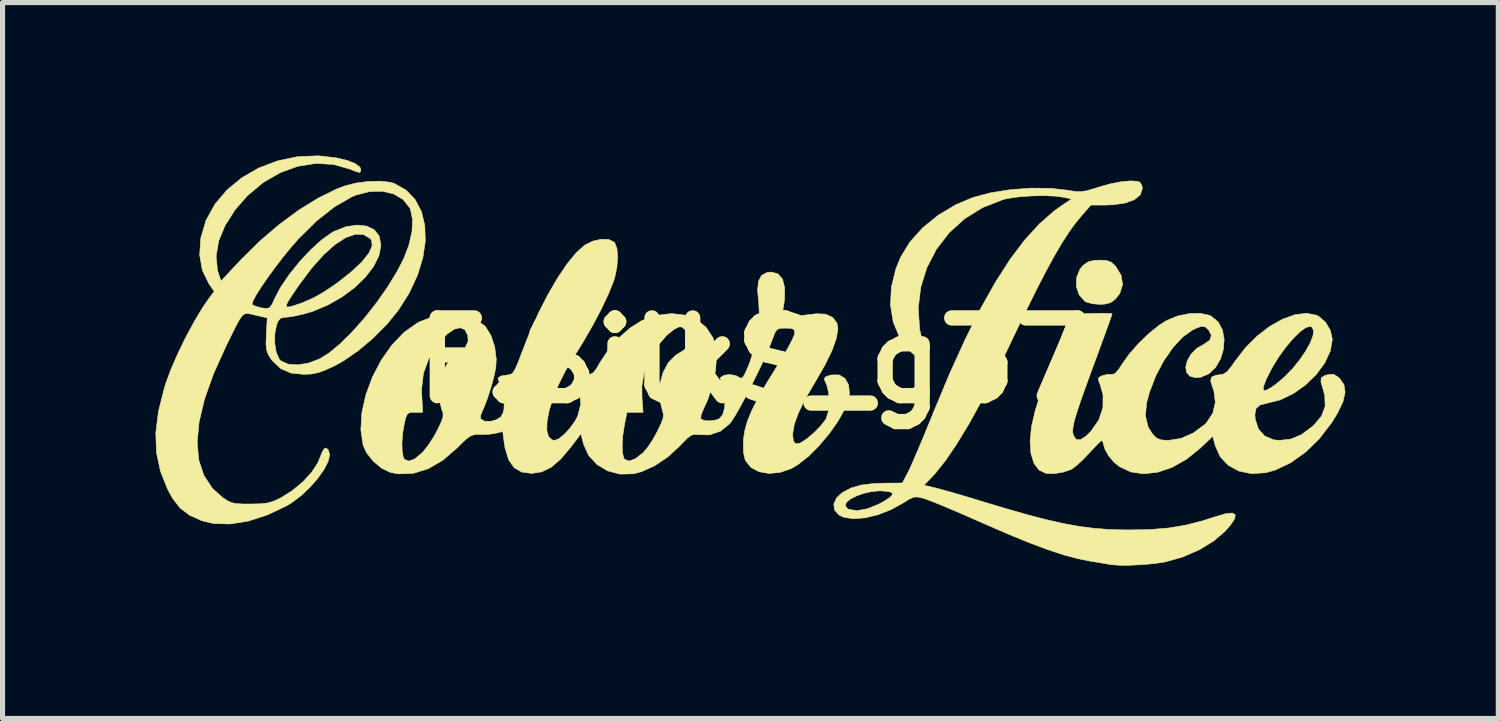
<source format=kicad_pcb>
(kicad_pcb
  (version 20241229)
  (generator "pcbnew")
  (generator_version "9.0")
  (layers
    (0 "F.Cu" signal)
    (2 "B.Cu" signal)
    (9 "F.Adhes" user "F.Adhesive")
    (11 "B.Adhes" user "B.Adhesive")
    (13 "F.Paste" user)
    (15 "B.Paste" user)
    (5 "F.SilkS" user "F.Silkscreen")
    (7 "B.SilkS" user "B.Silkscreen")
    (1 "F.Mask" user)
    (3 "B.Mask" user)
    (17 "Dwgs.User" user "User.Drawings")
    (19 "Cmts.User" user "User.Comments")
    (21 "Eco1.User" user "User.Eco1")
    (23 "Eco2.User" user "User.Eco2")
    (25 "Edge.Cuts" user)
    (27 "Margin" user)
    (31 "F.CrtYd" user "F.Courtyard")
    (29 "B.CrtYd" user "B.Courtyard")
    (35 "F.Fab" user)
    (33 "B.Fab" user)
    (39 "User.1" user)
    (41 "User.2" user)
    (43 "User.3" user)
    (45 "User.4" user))
  (footprint "F.SilkS_g37"
    (layer "F.Cu")
    (at 11.73 4.019)
    (property "Reference" "F.SilkS_g37" (at 0 0 0) (layer "F.SilkS") (effects (font (size 1.524 1.524) (thickness 0.3))))
    (attr through_hole)
    (fp_poly (pts (xy 6.92 -1.961) (xy 7.011 -1.928) (xy 7.088 -1.857) (xy 7.094 -1.85) (xy 7.204 -1.671) (xy 7.233 -1.49) (xy 7.179 -1.317) (xy 7.091 -1.203) (xy 6.998 -1.134) (xy 6.881 -1.105) (xy 6.785 -1.101) (xy 6.643 -1.113) (xy 6.525 -1.145) (xy 6.492 -1.162) (xy 6.38 -1.289) (xy 6.325 -1.452) (xy 6.331 -1.628) (xy 6.397 -1.791) (xy 6.46 -1.866) (xy 6.556 -1.934) (xy 6.675 -1.964) (xy 6.78 -1.968) (xy 6.92 -1.961)) (stroke (width 0.01) (type solid)) (fill yes) (layer "F.SilkS"))
    (fp_poly (pts (xy 7.524 -3.513) (xy 7.573 -3.495) (xy 7.61 -3.434) (xy 7.62 -3.37) (xy 7.58 -3.249) (xy 7.466 -3.154) (xy 7.284 -3.088) (xy 7.042 -3.053) (xy 6.898 -3.048) (xy 6.611 -3.048) (xy 6.436 -2.849) (xy 6.308 -2.694) (xy 6.177 -2.512) (xy 6.039 -2.298) (xy 5.89 -2.044) (xy 5.726 -1.742) (xy 5.542 -1.386) (xy 5.336 -0.969) (xy 5.102 -0.483) (xy 5.014 -0.296) (xy 4.736 0.277) (xy 4.468 0.794) (xy 4.215 1.251) (xy 3.978 1.641) (xy 3.761 1.961) (xy 3.565 2.206) (xy 3.533 2.242) (xy 3.341 2.446) (xy 3.565 2.499) (xy 3.683 2.53) (xy 3.862 2.58) (xy 4.082 2.644) (xy 4.324 2.716) (xy 4.466 2.76) (xy 4.956 2.907) (xy 5.38 3.028) (xy 5.75 3.124) (xy 6.078 3.198) (xy 6.377 3.252) (xy 6.661 3.289) (xy 6.941 3.311) (xy 7.23 3.321) (xy 7.366 3.322) (xy 7.779 3.314) (xy 8.136 3.284) (xy 8.466 3.229) (xy 8.796 3.145) (xy 9.049 3.064) (xy 9.251 3.005) (xy 9.382 2.991) (xy 9.442 3.023) (xy 9.431 3.102) (xy 9.349 3.226) (xy 9.243 3.348) (xy 9.017 3.541) (xy 8.731 3.714) (xy 8.409 3.854) (xy 8.075 3.948) (xy 8.022 3.958) (xy 7.827 3.985) (xy 7.601 4.004) (xy 7.373 4.015) (xy 7.167 4.015) (xy 7.012 4.004) (xy 6.985 3.999) (xy 6.914 3.987) (xy 6.786 3.965) (xy 6.626 3.939) (xy 6.604 3.936) (xy 6.352 3.885) (xy 6.073 3.81) (xy 5.758 3.706) (xy 5.397 3.571) (xy 4.982 3.401) (xy 4.503 3.193) (xy 4.466 3.177) (xy 4.19 3.055) (xy 3.931 2.943) (xy 3.7 2.846) (xy 3.511 2.769) (xy 3.377 2.718) (xy 3.324 2.701) (xy 3.215 2.676) (xy 3.134 2.68) (xy 3.045 2.72) (xy 2.941 2.786) (xy 2.696 2.923) (xy 2.438 3.024) (xy 2.185 3.085) (xy 1.954 3.103) (xy 1.763 3.073) (xy 1.674 3.032) (xy 1.585 2.933) (xy 1.574 2.848) (xy 1.794 2.848) (xy 1.838 2.904) (xy 1.87 2.92) (xy 2.028 2.944) (xy 2.23 2.907) (xy 2.456 2.815) (xy 2.579 2.746) (xy 2.674 2.681) (xy 2.702 2.655) (xy 2.724 2.609) (xy 2.682 2.581) (xy 2.629 2.568) (xy 2.476 2.555) (xy 2.313 2.57) (xy 2.153 2.606) (xy 2.009 2.658) (xy 1.892 2.719) (xy 1.816 2.785) (xy 1.794 2.848) (xy 1.574 2.848) (xy 1.57 2.814) (xy 1.626 2.691) (xy 1.731 2.594) (xy 1.905 2.501) (xy 2.107 2.442) (xy 2.357 2.411) (xy 2.562 2.405) (xy 2.914 2.402) (xy 3.018 2.206) (xy 3.063 2.113) (xy 3.133 1.955) (xy 3.224 1.744) (xy 3.329 1.494) (xy 3.442 1.219) (xy 3.533 0.995) (xy 3.847 0.245) (xy 4.151 -0.424) (xy 4.447 -1.015) (xy 4.738 -1.533) (xy 5.024 -1.979) (xy 5.309 -2.358) (xy 5.595 -2.672) (xy 5.882 -2.925) (xy 6.019 -3.024) (xy 6.231 -3.167) (xy 6.089 -3.199) (xy 5.912 -3.223) (xy 5.681 -3.232) (xy 5.427 -3.226) (xy 5.18 -3.207) (xy 4.97 -3.176) (xy 4.889 -3.156) (xy 4.488 -2.999) (xy 4.133 -2.778) (xy 3.829 -2.502) (xy 3.581 -2.18) (xy 3.395 -1.821) (xy 3.275 -1.435) (xy 3.226 -1.029) (xy 3.253 -0.613) (xy 3.321 -0.318) (xy 3.362 -0.142) (xy 3.358 -0.039) (xy 3.311 -0.008) (xy 3.22 -0.049) (xy 3.088 -0.163) (xy 3.045 -0.206) (xy 2.856 -0.462) (xy 2.734 -0.759) (xy 2.681 -1.088) (xy 2.699 -1.438) (xy 2.787 -1.798) (xy 2.879 -2.024) (xy 3.06 -2.321) (xy 3.31 -2.6) (xy 3.617 -2.849) (xy 3.964 -3.056) (xy 4.297 -3.196) (xy 4.641 -3.288) (xy 5.032 -3.35) (xy 5.438 -3.38) (xy 5.83 -3.376) (xy 6.162 -3.338) (xy 6.3 -3.315) (xy 6.41 -3.311) (xy 6.522 -3.327) (xy 6.666 -3.368) (xy 6.771 -3.402) (xy 6.991 -3.464) (xy 7.203 -3.505) (xy 7.388 -3.522) (xy 7.524 -3.513)) (stroke (width 0.01) (type solid)) (fill yes) (layer "F.SilkS"))
    (fp_poly (pts (xy 11.032 -0.889) (xy 11.074 -0.869) (xy 11.21 -0.754) (xy 11.307 -0.591) (xy 11.345 -0.417) (xy 11.345 -0.414) (xy 11.306 -0.186) (xy 11.197 0.047) (xy 11.032 0.272) (xy 10.823 0.476) (xy 10.584 0.647) (xy 10.327 0.771) (xy 10.081 0.834) (xy 9.93 0.871) (xy 9.849 0.941) (xy 9.827 1.06) (xy 9.834 1.154) (xy 9.897 1.345) (xy 10.021 1.482) (xy 10.197 1.556) (xy 10.31 1.566) (xy 10.534 1.54) (xy 10.739 1.454) (xy 10.948 1.299) (xy 10.981 1.27) (xy 11.133 1.09) (xy 11.204 0.901) (xy 11.197 0.688) (xy 11.16 0.55) (xy 11.122 0.419) (xy 11.127 0.343) (xy 11.186 0.299) (xy 11.269 0.274) (xy 11.368 0.27) (xy 11.459 0.324) (xy 11.491 0.354) (xy 11.574 0.476) (xy 11.596 0.624) (xy 11.556 0.804) (xy 11.452 1.024) (xy 11.331 1.221) (xy 11.091 1.533) (xy 10.818 1.799) (xy 10.523 2.008) (xy 10.222 2.15) (xy 10.036 2.201) (xy 9.761 2.219) (xy 9.513 2.168) (xy 9.305 2.055) (xy 9.146 1.886) (xy 9.05 1.672) (xy 9 1.485) (xy 8.763 1.711) (xy 8.489 1.934) (xy 8.206 2.094) (xy 7.922 2.191) (xy 7.648 2.222) (xy 7.395 2.186) (xy 7.171 2.081) (xy 7.059 1.989) (xy 6.961 1.871) (xy 6.891 1.75) (xy 6.874 1.698) (xy 6.849 1.607) (xy 6.826 1.567) (xy 6.825 1.566) (xy 6.788 1.596) (xy 6.71 1.673) (xy 6.606 1.784) (xy 6.571 1.822) (xy 6.448 1.951) (xy 6.33 2.059) (xy 6.241 2.127) (xy 6.229 2.134) (xy 6.071 2.189) (xy 5.89 2.219) (xy 5.734 2.215) (xy 5.731 2.214) (xy 5.592 2.147) (xy 5.493 2.013) (xy 5.435 1.82) (xy 5.419 1.578) (xy 5.447 1.295) (xy 5.518 0.986) (xy 5.569 0.823) (xy 5.643 0.602) (xy 5.734 0.345) (xy 5.833 0.073) (xy 5.916 -0.148) (xy 6.206 -0.91) (xy 6.617 -0.922) (xy 6.792 -0.925) (xy 6.929 -0.924) (xy 7.012 -0.919) (xy 7.027 -0.914) (xy 7.013 -0.87) (xy 6.974 -0.758) (xy 6.913 -0.588) (xy 6.834 -0.373) (xy 6.743 -0.122) (xy 6.668 0.08) (xy 6.539 0.433) (xy 6.437 0.717) (xy 6.361 0.939) (xy 6.307 1.11) (xy 6.273 1.239) (xy 6.257 1.334) (xy 6.255 1.405) (xy 6.266 1.46) (xy 6.27 1.473) (xy 6.326 1.551) (xy 6.409 1.552) (xy 6.523 1.477) (xy 6.61 1.39) (xy 6.767 1.166) (xy 6.847 0.923) (xy 6.849 0.672) (xy 6.796 0.484) (xy 6.759 0.386) (xy 6.764 0.336) (xy 6.817 0.304) (xy 6.844 0.294) (xy 6.95 0.269) (xy 7.022 0.273) (xy 7.083 0.257) (xy 7.159 0.171) (xy 7.218 0.079) (xy 7.355 -0.116) (xy 7.538 -0.325) (xy 7.743 -0.524) (xy 7.947 -0.69) (xy 8.088 -0.78) (xy 8.304 -0.87) (xy 8.535 -0.919) (xy 8.755 -0.925) (xy 8.937 -0.886) (xy 8.966 -0.872) (xy 9.106 -0.758) (xy 9.191 -0.599) (xy 9.224 -0.414) (xy 9.21 -0.219) (xy 9.153 -0.031) (xy 9.056 0.135) (xy 8.924 0.261) (xy 8.761 0.33) (xy 8.676 0.339) (xy 8.555 0.31) (xy 8.488 0.235) (xy 8.471 0.128) (xy 8.502 0.003) (xy 8.575 -0.124) (xy 8.689 -0.239) (xy 8.835 -0.324) (xy 8.944 -0.399) (xy 8.973 -0.493) (xy 8.921 -0.597) (xy 8.908 -0.611) (xy 8.846 -0.661) (xy 8.782 -0.671) (xy 8.69 -0.639) (xy 8.603 -0.597) (xy 8.408 -0.458) (xy 8.217 -0.251) (xy 8.039 0.007) (xy 7.883 0.302) (xy 7.761 0.618) (xy 7.704 0.827) (xy 7.681 1.084) (xy 7.733 1.304) (xy 7.82 1.442) (xy 7.898 1.52) (xy 7.985 1.556) (xy 8.116 1.566) (xy 8.133 1.566) (xy 8.376 1.528) (xy 8.62 1.421) (xy 8.84 1.258) (xy 8.879 1.219) (xy 9.002 1.033) (xy 9.051 0.82) (xy 9.023 0.596) (xy 9.016 0.578) (xy 9.991 0.578) (xy 10.037 0.588) (xy 10.138 0.535) (xy 10.228 0.473) (xy 10.396 0.334) (xy 10.555 0.172) (xy 10.698 -0.003) (xy 10.819 -0.178) (xy 10.911 -0.343) (xy 10.966 -0.485) (xy 10.978 -0.594) (xy 10.94 -0.658) (xy 10.914 -0.668) (xy 10.827 -0.647) (xy 10.71 -0.563) (xy 10.575 -0.43) (xy 10.431 -0.258) (xy 10.289 -0.062) (xy 10.16 0.148) (xy 10.053 0.359) (xy 10.051 0.363) (xy 9.997 0.504) (xy 9.991 0.578) (xy 9.016 0.578) (xy 8.999 0.531) (xy 8.959 0.401) (xy 8.979 0.324) (xy 9.065 0.288) (xy 9.137 0.28) (xy 9.213 0.265) (xy 9.282 0.218) (xy 9.361 0.124) (xy 9.44 0.011) (xy 9.644 -0.253) (xy 9.874 -0.482) (xy 10.119 -0.67) (xy 10.369 -0.81) (xy 10.612 -0.898) (xy 10.836 -0.926) (xy 11.032 -0.889)) (stroke (width 0.01) (type solid)) (fill yes) (layer "F.SilkS"))
    (fp_poly (pts (xy -8.19 -3.975) (xy -7.971 -3.923) (xy -7.812 -3.86) (xy -7.722 -3.791) (xy -7.705 -3.745) (xy -7.71 -3.7) (xy -7.738 -3.688) (xy -7.81 -3.709) (xy -7.907 -3.749) (xy -8.241 -3.845) (xy -8.589 -3.864) (xy -8.942 -3.808) (xy -9.289 -3.682) (xy -9.621 -3.489) (xy -9.927 -3.233) (xy -10.167 -2.96) (xy -10.366 -2.648) (xy -10.492 -2.342) (xy -10.542 -2.047) (xy -10.516 -1.772) (xy -10.493 -1.696) (xy -10.446 -1.559) (xy -10.046 -1.986) (xy -9.688 -2.339) (xy -9.308 -2.664) (xy -8.92 -2.95) (xy -8.538 -3.186) (xy -8.176 -3.364) (xy -8.01 -3.427) (xy -7.793 -3.481) (xy -7.555 -3.511) (xy -7.325 -3.517) (xy -7.13 -3.495) (xy -7.054 -3.474) (xy -6.818 -3.342) (xy -6.639 -3.155) (xy -6.516 -2.921) (xy -6.45 -2.647) (xy -6.44 -2.342) (xy -6.488 -2.014) (xy -6.594 -1.671) (xy -6.757 -1.321) (xy -6.962 -0.996) (xy -7.187 -0.717) (xy -7.458 -0.444) (xy -7.751 -0.196) (xy -8.043 0.006) (xy -8.203 0.095) (xy -8.393 0.184) (xy -8.539 0.238) (xy -8.672 0.264) (xy -8.817 0.272) (xy -9.072 0.247) (xy -9.275 0.16) (xy -9.438 0.007) (xy -9.476 -0.045) (xy -9.527 -0.131) (xy -9.555 -0.217) (xy -9.564 -0.33) (xy -9.558 -0.498) (xy -9.558 -0.513) (xy -9.54 -0.836) (xy -9.771 -0.888) (xy -9.86 -0.91) (xy -9.926 -0.922) (xy -9.979 -0.915) (xy -10.028 -0.879) (xy -10.081 -0.807) (xy -10.147 -0.687) (xy -10.235 -0.511) (xy -10.351 -0.275) (xy -10.594 0.263) (xy -10.769 0.755) (xy -10.875 1.2) (xy -10.913 1.598) (xy -10.883 1.949) (xy -10.784 2.251) (xy -10.617 2.505) (xy -10.42 2.683) (xy -10.324 2.748) (xy -10.24 2.787) (xy -10.141 2.807) (xy -10.002 2.814) (xy -9.87 2.814) (xy -9.676 2.81) (xy -9.536 2.794) (xy -9.419 2.761) (xy -9.294 2.703) (xy -9.274 2.693) (xy -9.049 2.552) (xy -8.841 2.379) (xy -8.668 2.191) (xy -8.549 2.008) (xy -8.525 1.953) (xy -8.467 1.807) (xy -8.425 1.732) (xy -8.387 1.716) (xy -8.344 1.751) (xy -8.341 1.756) (xy -8.315 1.849) (xy -8.347 1.982) (xy -8.428 2.14) (xy -8.55 2.312) (xy -8.702 2.486) (xy -8.875 2.649) (xy -9.06 2.789) (xy -9.155 2.846) (xy -9.539 3.029) (xy -9.914 3.15) (xy -10.268 3.206) (xy -10.593 3.197) (xy -10.823 3.142) (xy -11.061 3.035) (xy -11.244 2.897) (xy -11.393 2.708) (xy -11.492 2.529) (xy -11.634 2.171) (xy -11.712 1.804) (xy -11.725 1.417) (xy -11.673 0.998) (xy -11.557 0.537) (xy -11.528 0.445) (xy -11.426 0.169) (xy -11.29 -0.143) (xy -11.133 -0.465) (xy -10.965 -0.775) (xy -10.801 -1.046) (xy -10.76 -1.106) (xy -9.838 -1.106) (xy -9.834 -1.096) (xy -9.767 -1.063) (xy -9.657 -1.033) (xy -9.639 -1.03) (xy -9.547 -1.02) (xy -9.49 -1.038) (xy -9.457 -1.085) (xy -9.166 -1.085) (xy -9.159 -1.051) (xy -9.112 -1.05) (xy -9.025 -1.073) (xy -9.006 -1.079) (xy -8.852 -1.133) (xy -8.681 -1.207) (xy -8.611 -1.24) (xy -8.466 -1.322) (xy -8.295 -1.432) (xy -8.149 -1.534) (xy -7.881 -1.747) (xy -7.679 -1.939) (xy -7.546 -2.107) (xy -7.483 -2.247) (xy -7.494 -2.357) (xy -7.52 -2.391) (xy -7.653 -2.47) (xy -7.816 -2.475) (xy -8.004 -2.408) (xy -8.213 -2.272) (xy -8.437 -2.071) (xy -8.673 -1.806) (xy -8.915 -1.482) (xy -8.922 -1.473) (xy -9.049 -1.286) (xy -9.13 -1.16) (xy -9.166 -1.085) (xy -9.457 -1.085) (xy -9.445 -1.101) (xy -9.397 -1.209) (xy -9.276 -1.439) (xy -9.107 -1.687) (xy -8.906 -1.937) (xy -8.69 -2.168) (xy -8.473 -2.365) (xy -8.273 -2.507) (xy -8.226 -2.533) (xy -7.997 -2.623) (xy -7.78 -2.656) (xy -7.59 -2.636) (xy -7.44 -2.563) (xy -7.344 -2.44) (xy -7.343 -2.437) (xy -7.311 -2.254) (xy -7.35 -2.054) (xy -7.454 -1.845) (xy -7.614 -1.636) (xy -7.821 -1.434) (xy -8.068 -1.25) (xy -8.346 -1.09) (xy -8.647 -0.964) (xy -8.825 -0.911) (xy -8.981 -0.876) (xy -9.121 -0.853) (xy -9.192 -0.847) (xy -9.275 -0.831) (xy -9.328 -0.77) (xy -9.357 -0.694) (xy -9.391 -0.522) (xy -9.392 -0.336) (xy -9.364 -0.165) (xy -9.309 -0.034) (xy -9.273 0.007) (xy -9.132 0.071) (xy -8.944 0.085) (xy -8.728 0.049) (xy -8.52 -0.028) (xy -8.326 -0.148) (xy -8.106 -0.331) (xy -7.871 -0.564) (xy -7.631 -0.835) (xy -7.398 -1.13) (xy -7.183 -1.437) (xy -6.995 -1.743) (xy -6.867 -1.99) (xy -6.762 -2.263) (xy -6.702 -2.526) (xy -6.691 -2.763) (xy -6.729 -2.955) (xy -6.746 -2.994) (xy -6.875 -3.156) (xy -7.058 -3.265) (xy -7.28 -3.318) (xy -7.529 -3.313) (xy -7.79 -3.247) (xy -7.885 -3.208) (xy -8.221 -3.014) (xy -8.569 -2.74) (xy -8.926 -2.387) (xy -8.928 -2.385) (xy -9.076 -2.217) (xy -9.231 -2.027) (xy -9.384 -1.828) (xy -9.528 -1.631) (xy -9.653 -1.449) (xy -9.752 -1.293) (xy -9.816 -1.174) (xy -9.838 -1.106) (xy -10.76 -1.106) (xy -10.683 -1.217) (xy -10.58 -1.354) (xy -10.686 -1.51) (xy -10.813 -1.771) (xy -10.865 -2.069) (xy -10.843 -2.399) (xy -10.842 -2.405) (xy -10.739 -2.751) (xy -10.564 -3.067) (xy -10.327 -3.346) (xy -10.037 -3.585) (xy -9.704 -3.776) (xy -9.337 -3.915) (xy -8.945 -3.997) (xy -8.538 -4.014) (xy -8.19 -3.975)) (stroke (width 0.01) (type solid)) (fill yes) (layer "F.SilkS"))
    (fp_poly (pts (xy -2.84 -2.372) (xy -2.737 -2.32) (xy -2.723 -2.304) (xy -2.682 -2.193) (xy -2.669 -2.028) (xy -2.683 -1.833) (xy -2.724 -1.634) (xy -2.746 -1.562) (xy -2.846 -1.311) (xy -2.987 -1.012) (xy -3.16 -0.685) (xy -3.354 -0.349) (xy -3.538 -0.054) (xy -3.7 0.216) (xy -3.834 0.487) (xy -3.939 0.747) (xy -4.013 0.988) (xy -4.053 1.199) (xy -4.057 1.371) (xy -4.023 1.494) (xy -3.949 1.559) (xy -3.902 1.566) (xy -3.82 1.533) (xy -3.715 1.447) (xy -3.604 1.328) (xy -3.508 1.195) (xy -3.452 1.091) (xy -3.392 0.858) (xy -3.414 0.629) (xy -3.451 0.52) (xy -3.488 0.392) (xy -3.462 0.316) (xy -3.365 0.283) (xy -3.288 0.279) (xy -3.208 0.272) (xy -3.147 0.239) (xy -3.087 0.164) (xy -3.012 0.034) (xy -2.849 -0.211) (xy -2.646 -0.442) (xy -2.425 -0.638) (xy -2.207 -0.776) (xy -2.186 -0.786) (xy -1.892 -0.887) (xy -1.61 -0.92) (xy -1.349 -0.89) (xy -1.121 -0.799) (xy -0.935 -0.652) (xy -0.803 -0.451) (xy -0.759 -0.329) (xy -0.73 -0.101) (xy -0.746 0.172) (xy -0.804 0.468) (xy -0.899 0.763) (xy -0.992 0.968) (xy -1.032 1.068) (xy -1.039 1.138) (xy -1.036 1.144) (xy -0.975 1.176) (xy -0.868 1.184) (xy -0.751 1.169) (xy -0.677 1.143) (xy -0.609 1.063) (xy -0.571 0.927) (xy -0.567 0.76) (xy -0.598 0.585) (xy -0.608 0.553) (xy -0.643 0.436) (xy -0.657 0.354) (xy -0.654 0.336) (xy -0.583 0.289) (xy -0.471 0.275) (xy -0.357 0.294) (xy -0.316 0.314) (xy -0.267 0.343) (xy -0.229 0.342) (xy -0.193 0.299) (xy -0.145 0.2) (xy -0.089 0.067) (xy 0.053 -0.357) (xy 0.115 -0.756) (xy 0.099 -1.127) (xy 0.075 -1.376) (xy 0.093 -1.554) (xy 0.154 -1.669) (xy 0.26 -1.726) (xy 0.343 -1.735) (xy 0.475 -1.7) (xy 0.564 -1.596) (xy 0.607 -1.426) (xy 0.604 -1.196) (xy 0.577 -1.02) (xy 0.541 -0.834) (xy 0.789 -0.864) (xy 0.967 -0.886) (xy 1.146 -0.907) (xy 1.228 -0.917) (xy 1.408 -0.909) (xy 1.548 -0.845) (xy 1.632 -0.733) (xy 1.651 -0.631) (xy 1.622 -0.44) (xy 1.535 -0.196) (xy 1.394 0.093) (xy 1.224 0.388) (xy 1.022 0.733) (xy 0.878 1.023) (xy 0.793 1.259) (xy 0.763 1.445) (xy 0.763 1.447) (xy 0.777 1.578) (xy 0.824 1.634) (xy 0.91 1.619) (xy 0.934 1.607) (xy 1.056 1.524) (xy 1.193 1.405) (xy 1.32 1.274) (xy 1.409 1.159) (xy 1.421 1.138) (xy 1.464 0.996) (xy 1.479 0.812) (xy 1.468 0.626) (xy 1.43 0.475) (xy 1.421 0.456) (xy 1.384 0.371) (xy 1.399 0.325) (xy 1.478 0.294) (xy 1.525 0.283) (xy 1.674 0.282) (xy 1.788 0.35) (xy 1.859 0.474) (xy 1.877 0.641) (xy 1.863 0.74) (xy 1.787 0.949) (xy 1.656 1.185) (xy 1.483 1.431) (xy 1.284 1.668) (xy 1.074 1.878) (xy 0.867 2.042) (xy 0.739 2.118) (xy 0.515 2.195) (xy 0.297 2.215) (xy 0.101 2.18) (xy -0.058 2.095) (xy -0.163 1.961) (xy -0.169 1.948) (xy -0.202 1.799) (xy -0.204 1.591) (xy -0.201 1.544) (xy -0.176 1.373) (xy -0.124 1.189) (xy -0.039 0.982) (xy 0.082 0.742) (xy 0.244 0.457) (xy 0.454 0.116) (xy 0.459 0.109) (xy 0.58 -0.089) (xy 0.682 -0.268) (xy 0.758 -0.414) (xy 0.799 -0.512) (xy 0.804 -0.537) (xy 0.795 -0.599) (xy 0.75 -0.627) (xy 0.648 -0.635) (xy 0.624 -0.635) (xy 0.52 -0.632) (xy 0.458 -0.608) (xy 0.415 -0.545) (xy 0.369 -0.423) (xy 0.365 -0.413) (xy 0.3 -0.246) (xy 0.209 -0.037) (xy 0.099 0.198) (xy -0.022 0.443) (xy -0.144 0.683) (xy -0.261 0.9) (xy -0.364 1.08) (xy -0.444 1.205) (xy -0.472 1.241) (xy -0.654 1.387) (xy -0.869 1.459) (xy -1.088 1.455) (xy -1.161 1.448) (xy -1.225 1.466) (xy -1.299 1.52) (xy -1.401 1.622) (xy -1.457 1.682) (xy -1.687 1.893) (xy -1.943 2.064) (xy -2.202 2.181) (xy -2.361 2.222) (xy -2.622 2.228) (xy -2.865 2.164) (xy -3.074 2.04) (xy -3.236 1.864) (xy -3.324 1.671) (xy -2.58 1.671) (xy -2.571 1.829) (xy -2.541 1.927) (xy -2.531 1.939) (xy -2.444 1.971) (xy -2.324 1.928) (xy -2.174 1.812) (xy -2.167 1.805) (xy -2.076 1.698) (xy -1.975 1.546) (xy -1.887 1.384) (xy -1.816 1.235) (xy -1.779 1.136) (xy -1.772 1.059) (xy -1.789 0.98) (xy -1.809 0.919) (xy -1.852 0.694) (xy -1.84 0.458) (xy -1.777 0.231) (xy -1.671 0.036) (xy -1.528 -0.106) (xy -1.485 -0.132) (xy -1.382 -0.196) (xy -1.312 -0.254) (xy -1.306 -0.263) (xy -1.272 -0.385) (xy -1.293 -0.519) (xy -1.352 -0.611) (xy -1.412 -0.657) (xy -1.466 -0.659) (xy -1.551 -0.617) (xy -1.567 -0.607) (xy -1.701 -0.5) (xy -1.843 -0.337) (xy -1.978 -0.143) (xy -2.087 0.056) (xy -2.143 0.202) (xy -2.193 0.499) (xy -2.191 0.727) (xy -2.17 1.016) (xy -2.486 1.016) (xy -2.534 1.256) (xy -2.568 1.474) (xy -2.58 1.671) (xy -3.324 1.671) (xy -3.336 1.646) (xy -3.339 1.635) (xy -3.389 1.437) (xy -3.589 1.701) (xy -3.785 1.933) (xy -3.97 2.092) (xy -4.155 2.183) (xy -4.35 2.214) (xy -4.354 2.214) (xy -4.55 2.188) (xy -4.7 2.1) (xy -4.807 1.945) (xy -4.876 1.718) (xy -4.893 1.613) (xy -4.922 1.393) (xy -5.054 1.426) (xy -5.184 1.446) (xy -5.338 1.452) (xy -5.368 1.451) (xy -5.459 1.451) (xy -5.533 1.469) (xy -5.608 1.516) (xy -5.706 1.603) (xy -5.812 1.71) (xy -6.095 1.955) (xy -6.386 2.124) (xy -6.679 2.214) (xy -6.968 2.224) (xy -7.128 2.194) (xy -7.296 2.112) (xy -7.459 1.976) (xy -7.591 1.812) (xy -7.659 1.664) (xy -7.668 1.606) (xy -6.898 1.606) (xy -6.894 1.773) (xy -6.873 1.894) (xy -6.849 1.939) (xy -6.762 1.972) (xy -6.645 1.929) (xy -6.504 1.809) (xy -6.476 1.78) (xy -6.376 1.653) (xy -6.27 1.488) (xy -6.196 1.351) (xy -6.128 1.207) (xy -6.095 1.111) (xy -6.092 1.039) (xy -6.115 0.963) (xy -6.123 0.945) (xy -6.173 0.737) (xy -6.169 0.509) (xy -6.117 0.284) (xy -6.023 0.082) (xy -5.894 -0.073) (xy -5.801 -0.137) (xy -5.664 -0.241) (xy -5.601 -0.376) (xy -5.607 -0.495) (xy -5.664 -0.604) (xy -5.756 -0.642) (xy -5.874 -0.613) (xy -6.011 -0.519) (xy -6.158 -0.363) (xy -6.2 -0.308) (xy -6.375 -0.026) (xy -6.477 0.253) (xy -6.512 0.553) (xy -6.509 0.688) (xy -6.491 1.016) (xy -6.646 1.016) (xy -6.738 1.02) (xy -6.79 1.048) (xy -6.823 1.119) (xy -6.851 1.231) (xy -6.883 1.418) (xy -6.898 1.606) (xy -7.668 1.606) (xy -7.704 1.357) (xy -7.684 1.021) (xy -7.606 0.672) (xy -7.477 0.324) (xy -7.305 -0.006) (xy -7.095 -0.303) (xy -6.857 -0.552) (xy -6.595 -0.737) (xy -6.549 -0.761) (xy -6.258 -0.871) (xy -5.973 -0.917) (xy -5.705 -0.9) (xy -5.469 -0.821) (xy -5.279 -0.682) (xy -5.257 -0.659) (xy -5.151 -0.486) (xy -5.079 -0.266) (xy -5.049 -0.028) (xy -5.058 0.139) (xy -5.093 0.309) (xy -5.148 0.513) (xy -5.213 0.719) (xy -5.279 0.897) (xy -5.318 0.983) (xy -5.355 1.077) (xy -5.358 1.138) (xy -5.358 1.139) (xy -5.282 1.189) (xy -5.162 1.194) (xy -5.05 1.163) (xy -4.958 1.106) (xy -4.911 1.013) (xy -4.897 0.945) (xy -4.892 0.79) (xy -4.916 0.618) (xy -4.962 0.467) (xy -5.005 0.392) (xy -5.013 0.339) (xy -4.942 0.3) (xy -4.809 0.281) (xy -4.759 0.27) (xy -4.716 0.232) (xy -4.671 0.154) (xy -4.615 0.022) (xy -4.551 -0.148) (xy -4.392 -0.552) (xy -4.217 -0.939) (xy -4.032 -1.3) (xy -3.844 -1.622) (xy -3.659 -1.896) (xy -3.483 -2.111) (xy -3.323 -2.255) (xy -3.308 -2.266) (xy -3.15 -2.343) (xy -2.986 -2.379) (xy -2.84 -2.372)) (stroke (width 0.01) (type solid)) (fill yes) (layer "F.SilkS")))
  (gr_rect
    (start -3 -3)
    (end 26.33 11.039)
    (stroke (width 0.1) (type default))
    (fill no)
    (layer "Edge.Cuts")))
</source>
